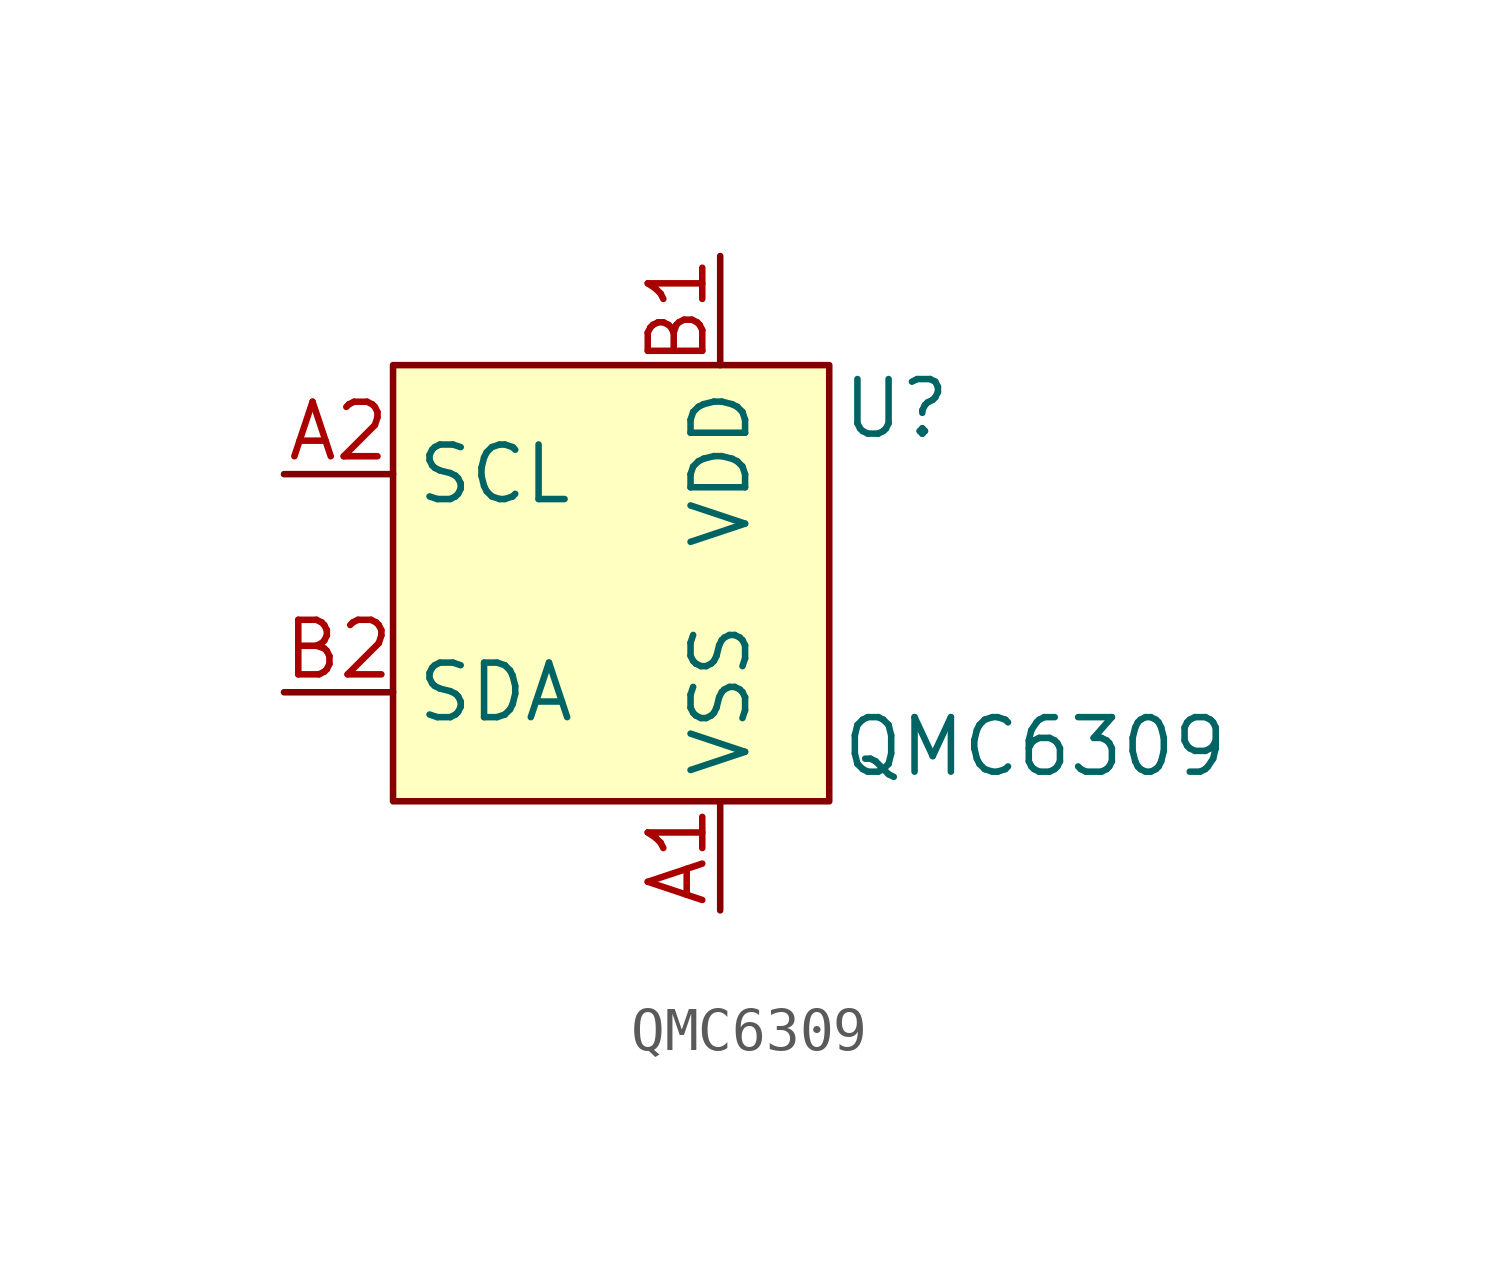
<source format=kicad_sym>
(kicad_symbol_lib
  (version 20241209)
  (generator "kicad_symbol_editor")
  (generator_version "9.0")
  (symbol "QMC6309"
    (property "Reference" "U"
      (at 5.334 4.064 0)
      (effects (font (size 1.27 1.27)) (justify left)))
    (property "Value" "QMC6309"
      (at 5.334 -3.81 0)
      (effects (font (size 1.27 1.27)) (justify left)))
    (symbol "QMC6309_1_1"
      (rectangle (start -5.08 5.08) (end 5.08 -5.08) (stroke (width 0) (type solid)) (fill (type background)))
      (pin input line (at -7.62 2.54 0) (length 2.54) (name "SCL" (effects (font (size 1.27 1.27)))) (number "A2" (effects (font (size 1.27 1.27)))))
      (pin bidirectional line (at -7.62 -2.54 0) (length 2.54) (name "SDA" (effects (font (size 1.27 1.27)))) (number "B2" (effects (font (size 1.27 1.27)))))
      (pin power_in line (at 2.54 7.62 270) (length 2.54) (name "VDD" (effects (font (size 1.27 1.27)))) (number "B1" (effects (font (size 1.27 1.27)))))
      (pin power_in line (at 2.54 -7.62 90) (length 2.54) (name "VSS" (effects (font (size 1.27 1.27)))) (number "A1" (effects (font (size 1.27 1.27))))))))
</source>
